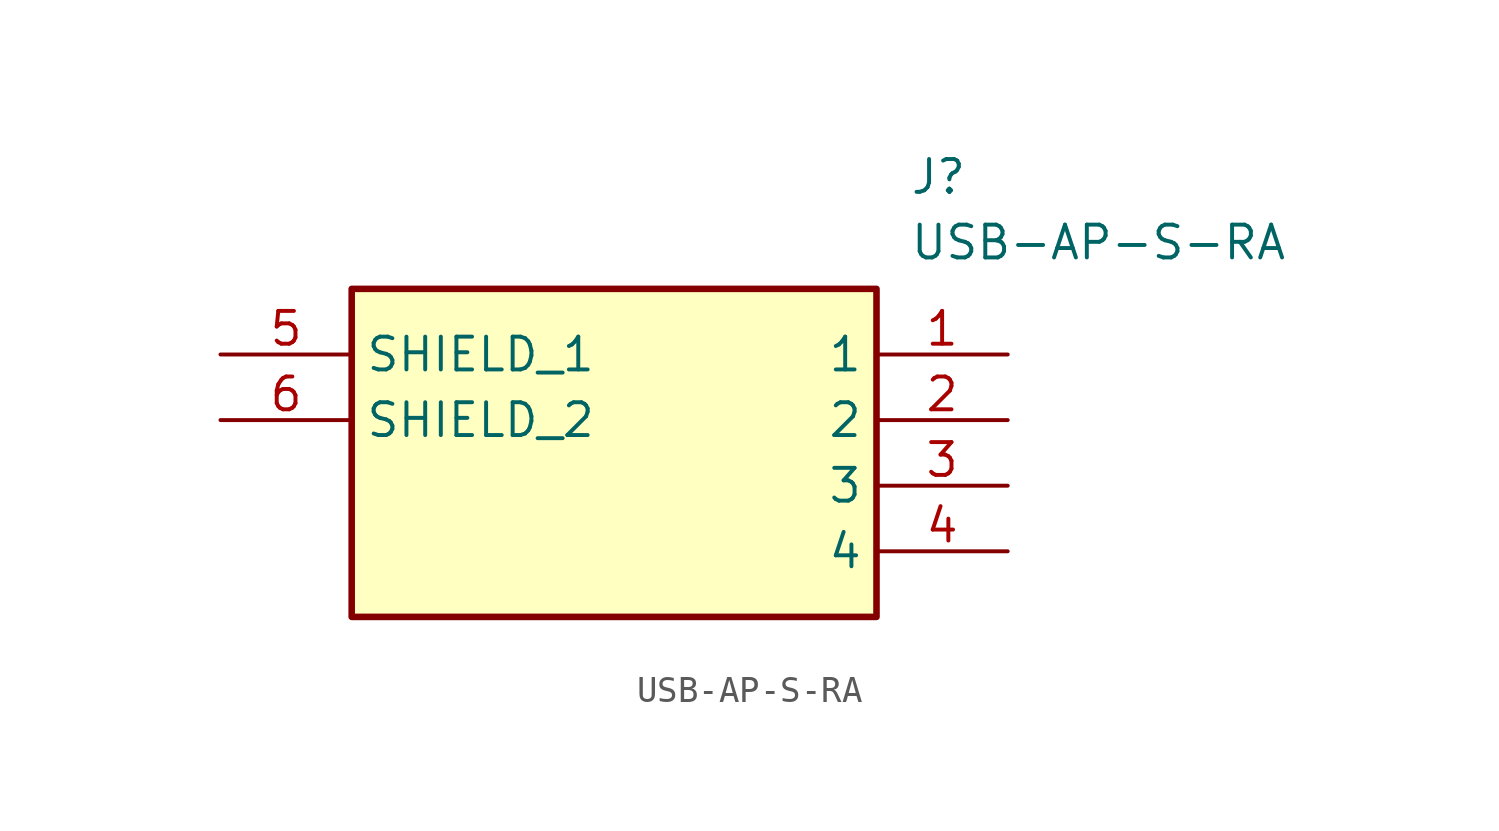
<source format=kicad_sym>
(kicad_symbol_lib
  (version 20211014)
  (generator SamacSys_ECAD_Model)
  (symbol "USB-AP-S-RA"
    (property "Reference" "J"
      (at 26.67 7.62 0)
      (effects (font (size 1.27 1.27)) (justify left top)))
    (property "Value" "USB-AP-S-RA"
      (at 26.67 5.08 0)
      (effects (font (size 1.27 1.27)) (justify left top)))
    (rectangle
      (start 5.08 2.54)
      (end 25.4 -10.16)
      (stroke (width 0.254) (type default))
      (fill (type background)))
    (pin passive line
      (at 30.48 0 180)
      (length 5.08)
      (name "1" (effects (font (size 1.27 1.27))))
      (number "1" (effects (font (size 1.27 1.27)))))
    (pin passive line
      (at 30.48 -2.54 180)
      (length 5.08)
      (name "2" (effects (font (size 1.27 1.27))))
      (number "2" (effects (font (size 1.27 1.27)))))
    (pin passive line
      (at 30.48 -5.08 180)
      (length 5.08)
      (name "3" (effects (font (size 1.27 1.27))))
      (number "3" (effects (font (size 1.27 1.27)))))
    (pin passive line
      (at 30.48 -7.62 180)
      (length 5.08)
      (name "4" (effects (font (size 1.27 1.27))))
      (number "4" (effects (font (size 1.27 1.27)))))
    (pin passive line
      (at 0 0 0)
      (length 5.08)
      (name "SHIELD_1" (effects (font (size 1.27 1.27))))
      (number "5" (effects (font (size 1.27 1.27)))))
    (pin passive line
      (at 0 -2.54 0)
      (length 5.08)
      (name "SHIELD_2" (effects (font (size 1.27 1.27))))
      (number "6" (effects (font (size 1.27 1.27)))))))
</source>
